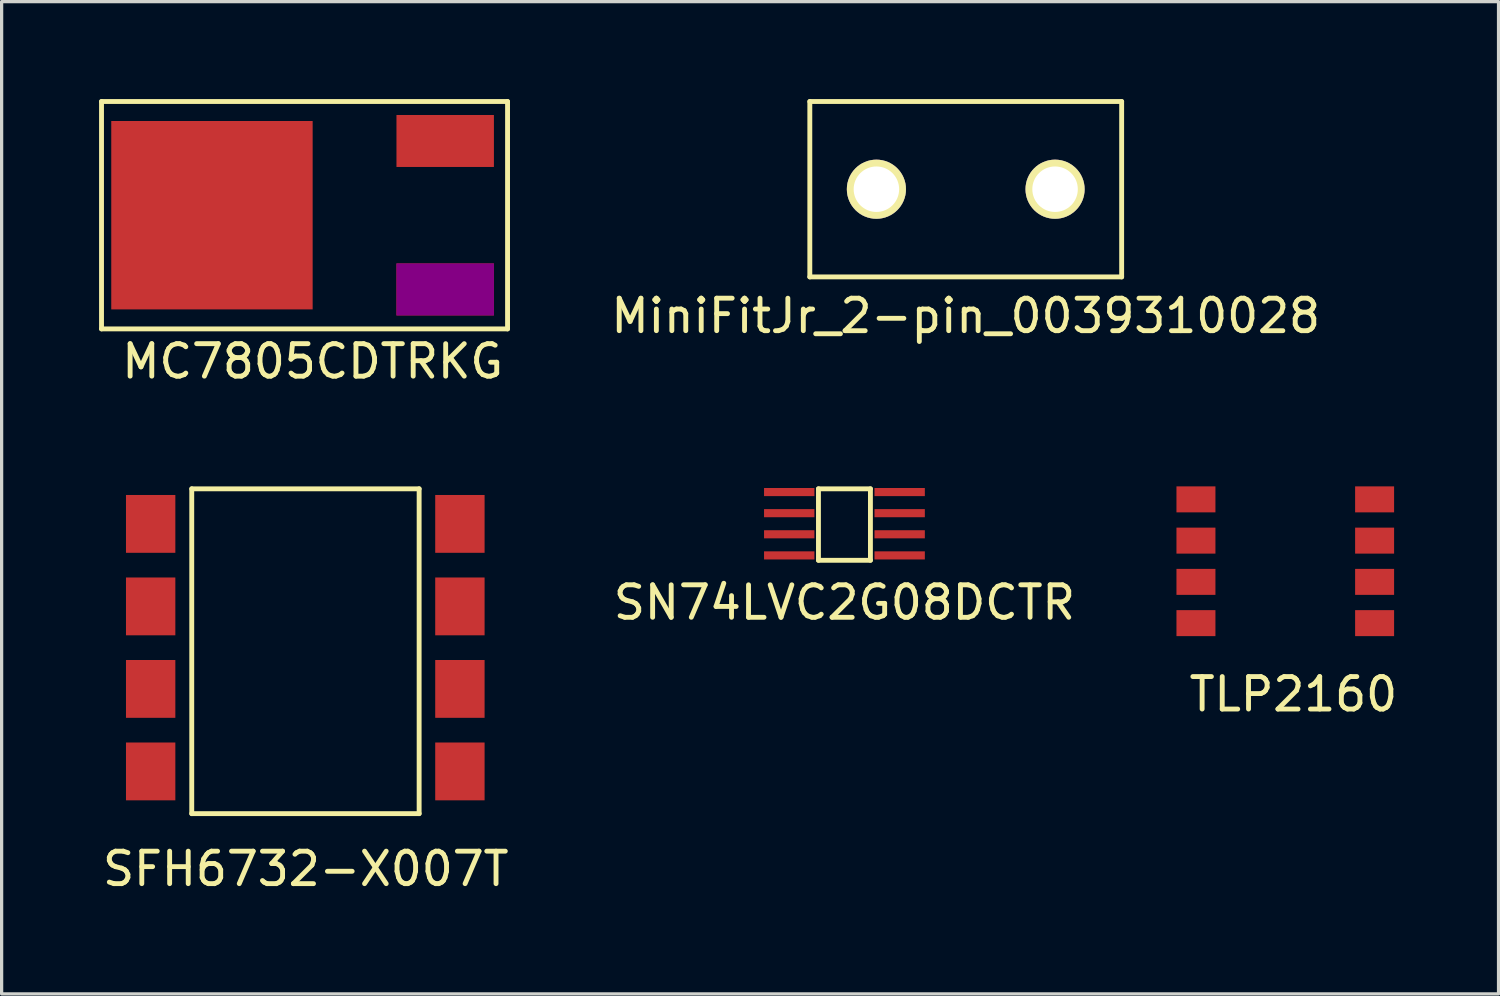
<source format=kicad_pcb>
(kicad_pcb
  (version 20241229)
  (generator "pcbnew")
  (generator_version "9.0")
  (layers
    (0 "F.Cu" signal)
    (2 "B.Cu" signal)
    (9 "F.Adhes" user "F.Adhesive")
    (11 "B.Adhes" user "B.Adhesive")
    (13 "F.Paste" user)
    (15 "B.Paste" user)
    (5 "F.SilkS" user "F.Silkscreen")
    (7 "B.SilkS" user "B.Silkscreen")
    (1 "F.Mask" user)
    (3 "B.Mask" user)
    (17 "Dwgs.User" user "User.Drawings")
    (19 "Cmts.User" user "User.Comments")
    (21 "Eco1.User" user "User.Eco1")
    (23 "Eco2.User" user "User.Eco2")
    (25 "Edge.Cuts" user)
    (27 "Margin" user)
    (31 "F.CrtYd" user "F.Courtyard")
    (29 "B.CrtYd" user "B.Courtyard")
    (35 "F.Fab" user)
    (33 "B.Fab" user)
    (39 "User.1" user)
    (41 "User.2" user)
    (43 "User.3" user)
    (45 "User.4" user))
  (footprint "MC7805CDTRKG"
    (layer "F.Cu")
    (at 6.575 3.575)
    (property "Reference" "MC7805CDTRKG" (at 0 4.5 0) (layer "F.SilkS") (effects (font (size 1 1) (thickness 0.15))))
    (attr through_hole)
    (fp_line (start -6.5 -3.5) (end 6 -3.5) (stroke (width 0.15) (type solid)) (layer "F.SilkS"))
    (fp_line (start -6.5 3.5) (end -6.5 -3.5) (stroke (width 0.15) (type solid)) (layer "F.SilkS"))
    (fp_line (start 6 -3.5) (end 6 3.5) (stroke (width 0.15) (type solid)) (layer "F.SilkS"))
    (fp_line (start 6 3.5) (end -6.5 3.5) (stroke (width 0.15) (type solid)) (layer "F.SilkS"))
    (pad "2" smd rect (at -3.1 0) (size 6.2 5.8) (layers "F.Cu" "F.Mask" "F.Paste"))
    (pad "3" smd rect (at 4.08 -2.285) (size 3 1.6) (layers "F.Cu" "F.Mask" "F.Paste"))
    (pad "3" smd rect (at 4.08 2.285) (size 3 1.6) (layers "F.Cu" "F.Mask" "F.Adhes" "F.Paste")))
  (footprint "SFH6732-X007T"
    (layer "F.Cu")
    (at 6.353 16.998)
    (property "Reference" "SFH6732-X007T" (at 0.01 6.7 0) (layer "F.SilkS") (effects (font (size 1 1) (thickness 0.15))))
    (attr through_hole)
    (fp_line (start -3.5 -5) (end 3.5 -5) (stroke (width 0.15) (type solid)) (layer "F.SilkS"))
    (fp_line (start -3.5 5) (end -3.5 -5) (stroke (width 0.15) (type solid)) (layer "F.SilkS"))
    (fp_line (start 3.5 -5) (end 3.5 5) (stroke (width 0.15) (type solid)) (layer "F.SilkS"))
    (fp_line (start 3.5 5) (end -3.5 5) (stroke (width 0.15) (type solid)) (layer "F.SilkS"))
    (pad "1" smd rect (at -4.765 -3.92) (size 1.52 1.78) (layers "F.Cu" "F.Mask" "F.Paste"))
    (pad "2" smd rect (at -4.765 -1.38) (size 1.52 1.78) (layers "F.Cu" "F.Mask" "F.Paste"))
    (pad "3" smd rect (at -4.765 1.16) (size 1.52 1.78) (layers "F.Cu" "F.Mask" "F.Paste"))
    (pad "4" smd rect (at -4.765 3.7) (size 1.52 1.78) (layers "F.Cu" "F.Mask" "F.Paste"))
    (pad "5" smd rect (at 4.755 3.7) (size 1.52 1.78) (layers "F.Cu" "F.Mask" "F.Paste"))
    (pad "6" smd rect (at 4.755 1.16) (size 1.52 1.78) (layers "F.Cu" "F.Mask" "F.Paste"))
    (pad "7" smd rect (at 4.755 -1.38) (size 1.52 1.78) (layers "F.Cu" "F.Mask" "F.Paste"))
    (pad "8" smd rect (at 4.755 -3.92) (size 1.52 1.78) (layers "F.Cu" "F.Mask" "F.Paste")))
  (footprint "SN74LVC2G08DCTR"
    (layer "F.Cu")
    (at 22.946 13.198)
    (property "Reference" "SN74LVC2G08DCTR" (at 0 2.3 0) (layer "F.SilkS") (effects (font (size 1 1) (thickness 0.15))))
    (attr through_hole)
    (fp_line (start -0.8 -1.2) (end -0.8 1) (stroke (width 0.15) (type solid)) (layer "F.SilkS"))
    (fp_line (start -0.8 1) (end 0.8 1) (stroke (width 0.15) (type solid)) (layer "F.SilkS"))
    (fp_line (start 0.8 -1.2) (end -0.8 -1.2) (stroke (width 0.15) (type solid)) (layer "F.SilkS"))
    (fp_line (start 0.8 1) (end 0.8 -1.2) (stroke (width 0.15) (type solid)) (layer "F.SilkS"))
    (pad "1" smd rect (at -1.7 -1.1) (size 1.55 0.25) (layers "F.Cu" "F.Mask" "F.Paste"))
    (pad "2" smd rect (at -1.7 -0.45) (size 1.55 0.25) (layers "F.Cu" "F.Mask" "F.Paste"))
    (pad "3" smd rect (at -1.7 0.2) (size 1.55 0.25) (layers "F.Cu" "F.Mask" "F.Paste"))
    (pad "4" smd rect (at -1.7 0.85) (size 1.55 0.25) (layers "F.Cu" "F.Mask" "F.Paste"))
    (pad "5" smd rect (at 1.7 0.85) (size 1.55 0.25) (layers "F.Cu" "F.Mask" "F.Paste"))
    (pad "6" smd rect (at 1.7 0.2) (size 1.55 0.25) (layers "F.Cu" "F.Mask" "F.Paste"))
    (pad "7" smd rect (at 1.7 -0.45) (size 1.55 0.25) (layers "F.Cu" "F.Mask" "F.Paste"))
    (pad "8" smd rect (at 1.7 -1.1) (size 1.55 0.25) (layers "F.Cu" "F.Mask" "F.Paste")))
  (footprint "TLP2160"
    (layer "F.Cu")
    (at 36.767 14.323)
    (property "Reference" "TLP2160" (at 0 4 0) (layer "F.SilkS") (effects (font (size 1 1) (thickness 0.15))))
    (attr through_hole)
    (pad "1" smd rect (at -3 -2) (size 1.2 0.8) (layers "F.Cu" "F.Mask" "F.Paste"))
    (pad "2" smd rect (at -3 -0.73) (size 1.2 0.8) (layers "F.Cu" "F.Mask" "F.Paste"))
    (pad "3" smd rect (at -3 0.54) (size 1.2 0.8) (layers "F.Cu" "F.Mask" "F.Paste"))
    (pad "4" smd rect (at -3 1.81) (size 1.2 0.8) (layers "F.Cu" "F.Mask" "F.Paste"))
    (pad "5" smd rect (at 2.5 -2) (size 1.2 0.8) (layers "F.Cu" "F.Mask" "F.Paste"))
    (pad "6" smd rect (at 2.5 -0.73) (size 1.2 0.8) (layers "F.Cu" "F.Mask" "F.Paste"))
    (pad "7" smd rect (at 2.5 0.54) (size 1.2 0.8) (layers "F.Cu" "F.Mask" "F.Paste"))
    (pad "8" smd rect (at 2.5 1.81) (size 1.2 0.8) (layers "F.Cu" "F.Mask" "F.Paste")))
  (footprint "MiniFitJr_2-pin_0039310028"
    (layer "F.Cu")
    (at 26.68 2.775)
    (property "Reference" "MiniFitJr_2-pin_0039310028" (at 0 3.9 0) (layer "F.SilkS") (effects (font (size 1 1) (thickness 0.15))))
    (attr through_hole)
    (fp_line (start -4.8 -2.7) (end 4.8 -2.7) (stroke (width 0.15) (type solid)) (layer "F.SilkS"))
    (fp_line (start -4.8 2.7) (end -4.8 -2.7) (stroke (width 0.15) (type solid)) (layer "F.SilkS"))
    (fp_line (start 4.8 -2.7) (end 4.8 2.7) (stroke (width 0.15) (type solid)) (layer "F.SilkS"))
    (fp_line (start 4.8 2.7) (end -4.8 2.7) (stroke (width 0.15) (type solid)) (layer "F.SilkS"))
    (pad "1" thru_hole circle (at -2.75 0 90) (size 1.82 1.82) (drill 1.4) (layers "*.Cu" "*.Mask" "F.SilkS"))
    (pad "2" thru_hole circle (at 2.75 0 90) (size 1.82 1.82) (drill 1.4) (layers "*.Cu" "*.Mask" "F.SilkS")))
  (gr_rect
    (start -3 -3)
    (end 43.082 27.547)
    (stroke (width 0.1) (type default))
    (fill no)
    (layer "Edge.Cuts")))
</source>
